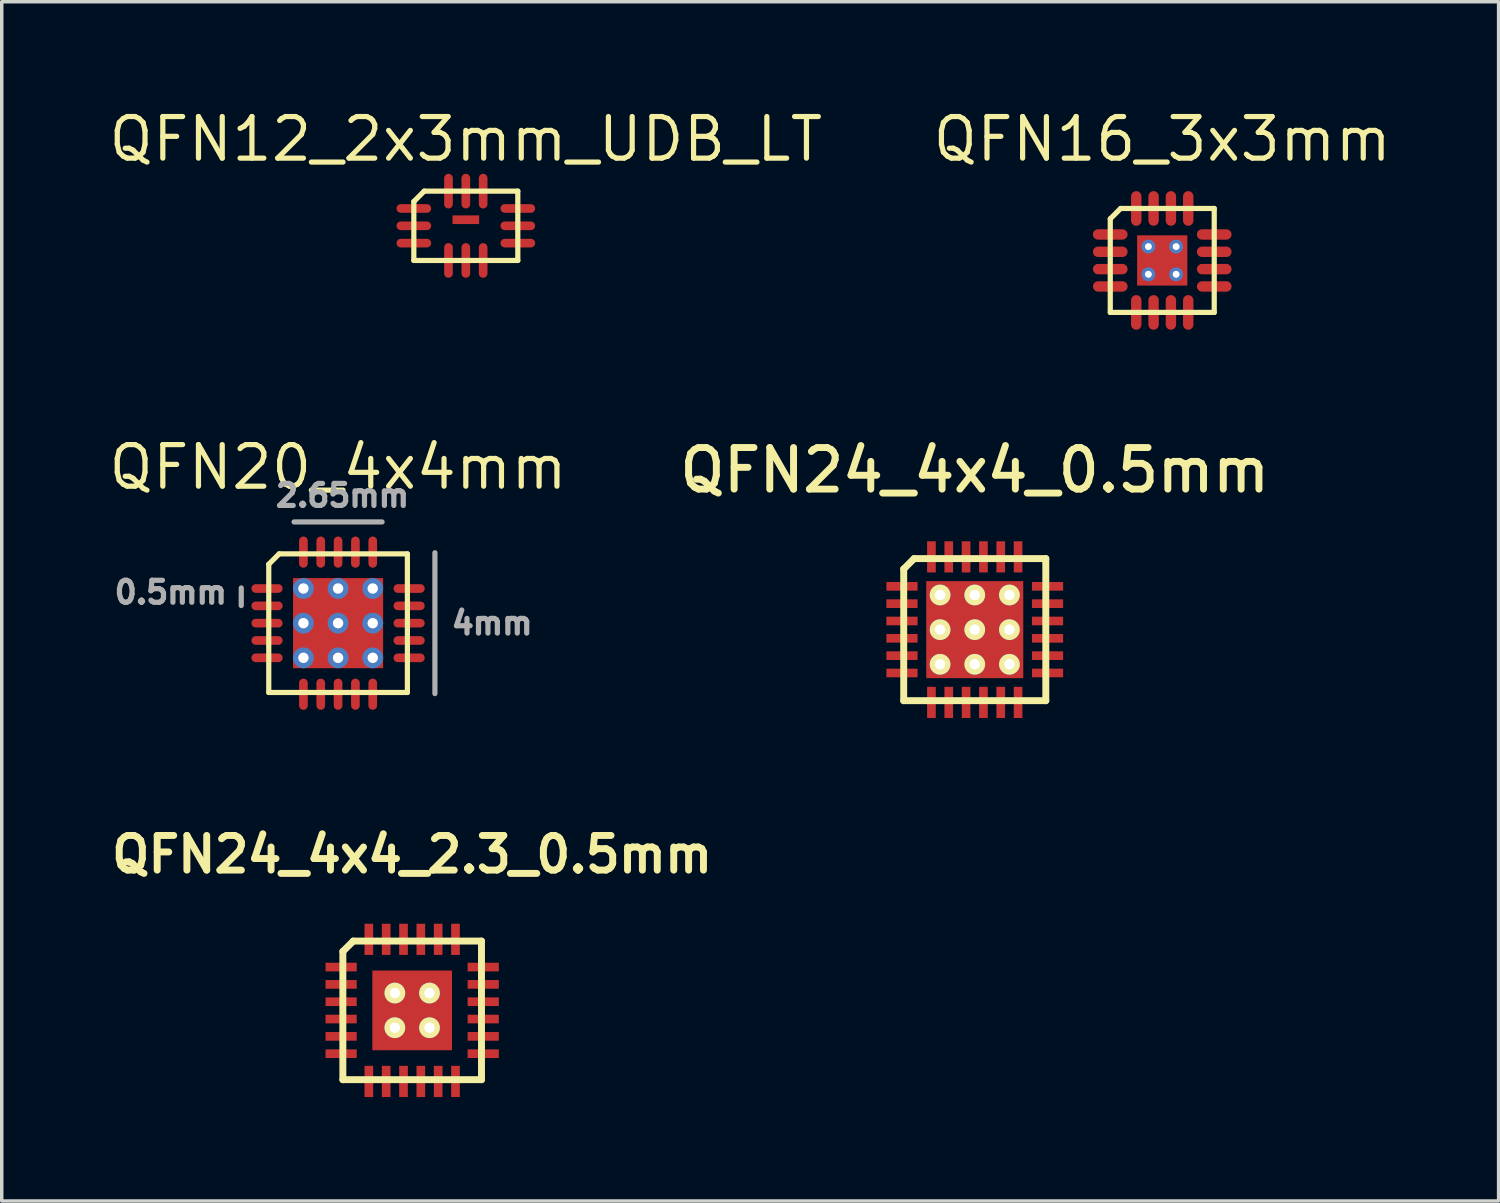
<source format=kicad_pcb>
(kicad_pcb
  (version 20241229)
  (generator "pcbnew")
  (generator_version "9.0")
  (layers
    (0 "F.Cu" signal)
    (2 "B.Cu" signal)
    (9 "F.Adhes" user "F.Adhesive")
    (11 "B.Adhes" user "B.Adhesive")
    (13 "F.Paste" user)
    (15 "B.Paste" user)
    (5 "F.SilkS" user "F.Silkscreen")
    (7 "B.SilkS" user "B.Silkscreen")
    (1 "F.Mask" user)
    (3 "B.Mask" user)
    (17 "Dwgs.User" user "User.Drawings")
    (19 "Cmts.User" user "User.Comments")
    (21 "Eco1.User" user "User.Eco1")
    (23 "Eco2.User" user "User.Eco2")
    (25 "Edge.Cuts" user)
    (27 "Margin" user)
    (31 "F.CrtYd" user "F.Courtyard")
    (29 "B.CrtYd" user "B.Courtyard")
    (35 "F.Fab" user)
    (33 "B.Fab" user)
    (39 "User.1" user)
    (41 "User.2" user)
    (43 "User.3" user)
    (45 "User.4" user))
  (footprint "QFN24_4x4_2.3_0.5mm"
    (layer "F.Cu")
    (at 8.843 26.104)
    (property "Reference" "QFN24_4x4_2.3_0.5mm" (at 0 -4.5 0) (layer "F.SilkS") (effects (font (size 1 1) (thickness 0.2))))
    (attr smd)
    (fp_line (start -2 -1.7) (end -2 2) (stroke (width 0.2) (type solid)) (layer "F.SilkS"))
    (fp_line (start -2 2) (end 2 2) (stroke (width 0.2) (type solid)) (layer "F.SilkS"))
    (fp_line (start -1.7 -2) (end -2 -1.7) (stroke (width 0.2) (type solid)) (layer "F.SilkS"))
    (fp_line (start 2 -2) (end -1.7 -2) (stroke (width 0.2) (type solid)) (layer "F.SilkS"))
    (fp_line (start 2 2) (end 2 -2) (stroke (width 0.2) (type solid)) (layer "F.SilkS"))
    (pad "" smd rect (at -0.879 -0.879) (size 0.542 0.542) (layers "F.Paste"))
    (pad "" smd rect (at -0.879 0) (size 0.542 0.542) (layers "F.Paste"))
    (pad "" smd rect (at -0.879 0.879) (size 0.542 0.542) (layers "F.Paste"))
    (pad "" smd rect (at 0 -0.879) (size 0.542 0.542) (layers "F.Paste"))
    (pad "" smd rect (at 0 0) (size 0.542 0.542) (layers "F.Paste"))
    (pad "" smd rect (at 0 0.879) (size 0.542 0.542) (layers "F.Paste"))
    (pad "" smd rect (at 0.879 -0.879) (size 0.542 0.542) (layers "F.Paste"))
    (pad "" smd rect (at 0.879 0) (size 0.542 0.542) (layers "F.Paste"))
    (pad "" smd rect (at 0.879 0.879) (size 0.542 0.542) (layers "F.Paste"))
    (pad "1" smd rect (at -2.05 -1.25) (size 0.9 0.25) (layers "F.Cu" "F.Mask" "F.Paste"))
    (pad "2" smd rect (at -2.05 -0.75) (size 0.9 0.25) (layers "F.Cu" "F.Mask" "F.Paste"))
    (pad "3" smd rect (at -2.05 -0.25) (size 0.9 0.25) (layers "F.Cu" "F.Mask" "F.Paste"))
    (pad "4" smd rect (at -2.05 0.25) (size 0.9 0.25) (layers "F.Cu" "F.Mask" "F.Paste"))
    (pad "5" smd rect (at -2.05 0.75) (size 0.9 0.25) (layers "F.Cu" "F.Mask" "F.Paste"))
    (pad "6" smd rect (at -2.05 1.25) (size 0.9 0.25) (layers "F.Cu" "F.Mask" "F.Paste"))
    (pad "7" smd rect (at -1.25 2.05) (size 0.25 0.9) (layers "F.Cu" "F.Mask" "F.Paste"))
    (pad "8" smd rect (at -0.75 2.05) (size 0.25 0.9) (layers "F.Cu" "F.Mask" "F.Paste"))
    (pad "9" smd rect (at -0.25 2.05) (size 0.25 0.9) (layers "F.Cu" "F.Mask" "F.Paste"))
    (pad "10" smd rect (at 0.25 2.05) (size 0.25 0.9) (layers "F.Cu" "F.Mask" "F.Paste"))
    (pad "11" smd rect (at 0.75 2.05) (size 0.25 0.9) (layers "F.Cu" "F.Mask" "F.Paste"))
    (pad "12" smd rect (at 1.25 2.05) (size 0.25 0.9) (layers "F.Cu" "F.Mask" "F.Paste"))
    (pad "13" smd rect (at 2.05 1.25) (size 0.9 0.25) (layers "F.Cu" "F.Mask" "F.Paste"))
    (pad "14" smd rect (at 2.05 0.75) (size 0.9 0.25) (layers "F.Cu" "F.Mask" "F.Paste"))
    (pad "15" smd rect (at 2.05 0.25) (size 0.9 0.25) (layers "F.Cu" "F.Mask" "F.Paste"))
    (pad "16" smd rect (at 2.05 -0.25) (size 0.9 0.25) (layers "F.Cu" "F.Mask" "F.Paste"))
    (pad "17" smd rect (at 2.05 -0.75) (size 0.9 0.25) (layers "F.Cu" "F.Mask" "F.Paste"))
    (pad "18" smd rect (at 2.05 -1.25) (size 0.9 0.25) (layers "F.Cu" "F.Mask" "F.Paste"))
    (pad "19" smd rect (at 1.25 -2.05) (size 0.25 0.9) (layers "F.Cu" "F.Mask" "F.Paste"))
    (pad "20" smd rect (at 0.75 -2.05) (size 0.25 0.9) (layers "F.Cu" "F.Mask" "F.Paste"))
    (pad "21" smd rect (at 0.25 -2.05) (size 0.25 0.9) (layers "F.Cu" "F.Mask" "F.Paste"))
    (pad "22" smd rect (at -0.25 -2.05) (size 0.25 0.9) (layers "F.Cu" "F.Mask" "F.Paste"))
    (pad "23" smd rect (at -0.75 -2.05) (size 0.25 0.9) (layers "F.Cu" "F.Mask" "F.Paste"))
    (pad "24" smd rect (at -1.25 -2.05) (size 0.25 0.9) (layers "F.Cu" "F.Mask" "F.Paste"))
    (pad "25" thru_hole circle (at -0.5 -0.5) (size 0.6 0.6) (drill 0.3) (layers "*.Cu" "*.Mask" "F.SilkS"))
    (pad "25" thru_hole circle (at -0.5 0.5) (size 0.6 0.6) (drill 0.3) (layers "*.Cu" "*.Mask" "F.SilkS"))
    (pad "25" smd rect (at 0 0) (size 2.3 2.3) (layers "F.Cu" "F.Mask"))
    (pad "25" thru_hole circle (at 0.5 -0.5) (size 0.6 0.6) (drill 0.3) (layers "*.Cu" "*.Mask" "F.SilkS"))
    (pad "25" thru_hole circle (at 0.5 0.5) (size 0.6 0.6) (drill 0.3) (layers "*.Cu" "*.Mask" "F.SilkS")))
  (footprint "QFN16_3x3mm"
    (layer "F.Cu")
    (at 30.486 4.465)
    (property "Reference" "QFN16_3x3mm" (at 0 -3.5 0) (layer "F.SilkS") (effects (font (size 1.2 1.2) (thickness 0.15))))
    (attr smd)
    (fp_line (start -1.5 -1.2) (end -1.5 1.5) (stroke (width 0.15) (type solid)) (layer "F.SilkS"))
    (fp_line (start -1.5 1.5) (end 1.5 1.5) (stroke (width 0.15) (type solid)) (layer "F.SilkS"))
    (fp_line (start -1.2 -1.5) (end -1.5 -1.2) (stroke (width 0.15) (type solid)) (layer "F.SilkS"))
    (fp_line (start 1.5 -1.5) (end -1.2 -1.5) (stroke (width 0.15) (type solid)) (layer "F.SilkS"))
    (fp_line (start 1.5 1.5) (end 1.5 -1.5) (stroke (width 0.15) (type solid)) (layer "F.SilkS"))
    (pad "" smd rect (at -0.554 -0.554) (size 0.342 0.342) (layers "F.Paste"))
    (pad "" smd rect (at -0.554 0) (size 0.342 0.342) (layers "F.Paste"))
    (pad "" smd rect (at -0.554 0.554) (size 0.342 0.342) (layers "F.Paste"))
    (pad "" smd rect (at 0 -0.554) (size 0.342 0.342) (layers "F.Paste"))
    (pad "" smd rect (at 0 0) (size 0.342 0.342) (layers "F.Paste"))
    (pad "" smd rect (at 0 0.554) (size 0.342 0.342) (layers "F.Paste"))
    (pad "" smd rect (at 0.554 -0.554) (size 0.342 0.342) (layers "F.Paste"))
    (pad "" smd rect (at 0.554 0) (size 0.342 0.342) (layers "F.Paste"))
    (pad "" smd rect (at 0.554 0.554) (size 0.342 0.342) (layers "F.Paste"))
    (pad "1" smd oval (at -1.5 -0.75) (size 1 0.3) (layers "F.Cu" "F.Mask" "F.Paste"))
    (pad "2" smd oval (at -1.5 -0.25) (size 1 0.3) (layers "F.Cu" "F.Mask" "F.Paste"))
    (pad "3" smd oval (at -1.5 0.25) (size 1 0.3) (layers "F.Cu" "F.Mask" "F.Paste"))
    (pad "4" smd oval (at -1.5 0.75) (size 1 0.3) (layers "F.Cu" "F.Mask" "F.Paste"))
    (pad "5" smd oval (at -0.75 1.5) (size 0.3 1) (layers "F.Cu" "F.Mask" "F.Paste"))
    (pad "6" smd oval (at -0.25 1.5) (size 0.3 1) (layers "F.Cu" "F.Mask" "F.Paste"))
    (pad "7" smd oval (at 0.25 1.5) (size 0.3 1) (layers "F.Cu" "F.Mask" "F.Paste"))
    (pad "8" smd oval (at 0.75 1.5) (size 0.3 1) (layers "F.Cu" "F.Mask" "F.Paste"))
    (pad "9" smd oval (at 1.5 0.75) (size 1 0.3) (layers "F.Cu" "F.Mask" "F.Paste"))
    (pad "10" smd oval (at 1.5 0.25) (size 1 0.3) (layers "F.Cu" "F.Mask" "F.Paste"))
    (pad "11" smd oval (at 1.5 -0.25) (size 1 0.3) (layers "F.Cu" "F.Mask" "F.Paste"))
    (pad "12" smd oval (at 1.5 -0.75) (size 1 0.3) (layers "F.Cu" "F.Mask" "F.Paste"))
    (pad "13" smd oval (at 0.75 -1.5) (size 0.3 1) (layers "F.Cu" "F.Mask" "F.Paste"))
    (pad "14" smd oval (at 0.25 -1.5) (size 0.3 1) (layers "F.Cu" "F.Mask" "F.Paste"))
    (pad "15" smd oval (at -0.25 -1.5) (size 0.3 1) (layers "F.Cu" "F.Mask" "F.Paste"))
    (pad "16" smd oval (at -0.75 -1.5) (size 0.3 1) (layers "F.Cu" "F.Mask" "F.Paste"))
    (pad "17" thru_hole circle (at -0.4 -0.4) (size 0.4 0.4) (drill 0.2) (layers "*.Cu" "*.Mask"))
    (pad "17" thru_hole circle (at -0.4 0.4) (size 0.4 0.4) (drill 0.2) (layers "*.Cu" "*.Mask"))
    (pad "17" smd rect (at 0 0) (size 1.45 1.45) (layers "F.Cu" "F.Mask"))
    (pad "17" thru_hole circle (at 0.4 -0.4) (size 0.4 0.4) (drill 0.2) (layers "*.Cu" "*.Mask"))
    (pad "17" thru_hole circle (at 0.4 0.4) (size 0.4 0.4) (drill 0.2) (layers "*.Cu" "*.Mask")))
  (footprint "QFN24_4x4_0.5mm"
    (layer "F.Cu")
    (at 25.076 15.118)
    (property "Reference" "QFN24_4x4_0.5mm" (at 0 -4.6 0) (layer "F.SilkS") (effects (font (size 1.2 1.2) (thickness 0.2))))
    (attr through_hole)
    (fp_line (start -2.05 -1.75) (end -2.05 2.05) (stroke (width 0.2) (type solid)) (layer "F.SilkS"))
    (fp_line (start -2.05 2.05) (end 2.05 2.05) (stroke (width 0.2) (type solid)) (layer "F.SilkS"))
    (fp_line (start -1.75 -2.05) (end -2.05 -1.75) (stroke (width 0.2) (type solid)) (layer "F.SilkS"))
    (fp_line (start 2.05 -2.05) (end -1.75 -2.05) (stroke (width 0.2) (type solid)) (layer "F.SilkS"))
    (fp_line (start 2.05 2.05) (end 2.05 -2.05) (stroke (width 0.2) (type solid)) (layer "F.SilkS"))
    (pad "1" smd rect (at -2.1 -1.25) (size 0.9 0.25) (layers "F.Cu" "F.Mask" "F.Paste"))
    (pad "2" smd rect (at -2.1 -0.75) (size 0.9 0.25) (layers "F.Cu" "F.Mask" "F.Paste"))
    (pad "3" smd rect (at -2.1 -0.25) (size 0.9 0.25) (layers "F.Cu" "F.Mask" "F.Paste"))
    (pad "4" smd rect (at -2.1 0.25) (size 0.9 0.25) (layers "F.Cu" "F.Mask" "F.Paste"))
    (pad "5" smd rect (at -2.1 0.75) (size 0.9 0.25) (layers "F.Cu" "F.Mask" "F.Paste"))
    (pad "6" smd rect (at -2.1 1.25) (size 0.9 0.25) (layers "F.Cu" "F.Mask" "F.Paste"))
    (pad "7" smd rect (at -1.25 2.1) (size 0.25 0.9) (layers "F.Cu" "F.Mask" "F.Paste"))
    (pad "8" smd rect (at -0.75 2.1) (size 0.25 0.9) (layers "F.Cu" "F.Mask" "F.Paste"))
    (pad "9" smd rect (at -0.25 2.1) (size 0.25 0.9) (layers "F.Cu" "F.Mask" "F.Paste"))
    (pad "10" smd rect (at 0.25 2.1) (size 0.25 0.9) (layers "F.Cu" "F.Mask" "F.Paste"))
    (pad "11" smd rect (at 0.75 2.1) (size 0.25 0.9) (layers "F.Cu" "F.Mask" "F.Paste"))
    (pad "12" smd rect (at 1.25 2.1) (size 0.25 0.9) (layers "F.Cu" "F.Mask" "F.Paste"))
    (pad "13" smd rect (at 2.1 1.25) (size 0.9 0.25) (layers "F.Cu" "F.Mask" "F.Paste"))
    (pad "14" smd rect (at 2.1 0.75) (size 0.9 0.25) (layers "F.Cu" "F.Mask" "F.Paste"))
    (pad "15" smd rect (at 2.1 0.25) (size 0.9 0.25) (layers "F.Cu" "F.Mask" "F.Paste"))
    (pad "16" smd rect (at 2.1 -0.25) (size 0.9 0.25) (layers "F.Cu" "F.Mask" "F.Paste"))
    (pad "17" smd rect (at 2.1 -0.75) (size 0.9 0.25) (layers "F.Cu" "F.Mask" "F.Paste"))
    (pad "18" smd rect (at 2.1 -1.25) (size 0.9 0.25) (layers "F.Cu" "F.Mask" "F.Paste"))
    (pad "19" smd rect (at 1.25 -2.1) (size 0.25 0.9) (layers "F.Cu" "F.Mask" "F.Paste"))
    (pad "20" smd rect (at 0.75 -2.1) (size 0.25 0.9) (layers "F.Cu" "F.Mask" "F.Paste"))
    (pad "21" smd rect (at 0.25 -2.1) (size 0.25 0.9) (layers "F.Cu" "F.Mask" "F.Paste"))
    (pad "22" smd rect (at -0.25 -2.1) (size 0.25 0.9) (layers "F.Cu" "F.Mask" "F.Paste"))
    (pad "23" smd rect (at -0.75 -2.1) (size 0.25 0.9) (layers "F.Cu" "F.Mask" "F.Paste"))
    (pad "24" smd rect (at -1.25 -2.1) (size 0.25 0.9) (layers "F.Cu" "F.Mask" "F.Paste"))
    (pad "25" thru_hole circle (at -1 -1) (size 0.6 0.6) (drill 0.3) (layers "*.Cu" "*.Mask" "F.SilkS"))
    (pad "25" thru_hole circle (at -1 0) (size 0.6 0.6) (drill 0.3) (layers "*.Cu" "*.Mask" "F.SilkS"))
    (pad "25" thru_hole circle (at -1 1) (size 0.6 0.6) (drill 0.3) (layers "*.Cu" "*.Mask" "F.SilkS"))
    (pad "25" thru_hole circle (at 0 -1) (size 0.6 0.6) (drill 0.3) (layers "*.Cu" "*.Mask" "F.SilkS"))
    (pad "25" thru_hole circle (at 0 0) (size 0.6 0.6) (drill 0.3) (layers "*.Cu" "*.Mask" "F.SilkS"))
    (pad "25" smd rect (at 0 0) (size 2.8 2.8) (layers "F.Cu" "F.Mask"))
    (pad "25" thru_hole circle (at 0 1) (size 0.6 0.6) (drill 0.3) (layers "*.Cu" "*.Mask" "F.SilkS"))
    (pad "25" thru_hole circle (at 1 -1) (size 0.6 0.6) (drill 0.3) (layers "*.Cu" "*.Mask" "F.SilkS"))
    (pad "25" thru_hole circle (at 1 0) (size 0.6 0.6) (drill 0.3) (layers "*.Cu" "*.Mask" "F.SilkS"))
    (pad "25" thru_hole circle (at 1 1) (size 0.6 0.6) (drill 0.3) (layers "*.Cu" "*.Mask" "F.SilkS")))
  (footprint "QFN20_4x4mm"
    (layer "F.Cu")
    (at 6.705 14.931)
    (property "Reference" "QFN20_4x4mm" (at 0 -4.5 0) (layer "F.SilkS") (effects (font (size 1.2 1.2) (thickness 0.15))))
    (attr smd)
    (fp_line (start -2 -1.7) (end -2 2) (stroke (width 0.15) (type solid)) (layer "F.SilkS"))
    (fp_line (start -2 2) (end 2 2) (stroke (width 0.15) (type solid)) (layer "F.SilkS"))
    (fp_line (start -1.7 -2) (end -2 -1.7) (stroke (width 0.15) (type solid)) (layer "F.SilkS"))
    (fp_line (start 2 -2) (end -1.7 -2) (stroke (width 0.15) (type solid)) (layer "F.SilkS"))
    (fp_line (start 2 2) (end 2 -2) (stroke (width 0.15) (type solid)) (layer "F.SilkS"))
    (fp_line (start -2.794 -1.016) (end -2.794 -0.508) (stroke (width 0.15) (type solid)) (layer "F.Fab"))
    (fp_line (start -1.27 -2.921) (end 1.27 -2.921) (stroke (width 0.15) (type solid)) (layer "F.Fab"))
    (fp_line (start 2.794 -2.032) (end 2.794 2.032) (stroke (width 0.15) (type solid)) (layer "F.Fab"))
    (fp_text user "0.5mm" (at -4.826 -0.889 0) (layer "F.Fab") (effects (font (size 0.635 0.635) (thickness 0.15))))
    (fp_text user "4mm" (at 4.445 0 0) (layer "F.Fab") (effects (font (size 0.635 0.635) (thickness 0.15))))
    (fp_text user "2.65mm" (at 0.127 -3.683 0) (layer "F.Fab") (effects (font (size 0.635 0.635) (thickness 0.15))))
    (pad "" smd rect (at -1.07 -1.07) (size 0.46 0.46) (layers "F.Paste"))
    (pad "" smd rect (at -1.07 -0.357) (size 0.46 0.46) (layers "F.Paste"))
    (pad "" smd rect (at -1.07 0.357) (size 0.46 0.46) (layers "F.Paste"))
    (pad "" smd rect (at -1.07 1.07) (size 0.46 0.46) (layers "F.Paste"))
    (pad "" smd rect (at -0.357 -1.07) (size 0.46 0.46) (layers "F.Paste"))
    (pad "" smd rect (at -0.357 -0.357) (size 0.46 0.46) (layers "F.Paste"))
    (pad "" smd rect (at -0.357 0.357) (size 0.46 0.46) (layers "F.Paste"))
    (pad "" smd rect (at -0.357 1.07) (size 0.46 0.46) (layers "F.Paste"))
    (pad "" smd rect (at 0.357 -1.07) (size 0.46 0.46) (layers "F.Paste"))
    (pad "" smd rect (at 0.357 -0.357) (size 0.46 0.46) (layers "F.Paste"))
    (pad "" smd rect (at 0.357 0.357) (size 0.46 0.46) (layers "F.Paste"))
    (pad "" smd rect (at 0.357 1.07) (size 0.46 0.46) (layers "F.Paste"))
    (pad "" smd rect (at 1.07 -1.07) (size 0.46 0.46) (layers "F.Paste"))
    (pad "" smd rect (at 1.07 -0.357) (size 0.46 0.46) (layers "F.Paste"))
    (pad "" smd rect (at 1.07 0.357) (size 0.46 0.46) (layers "F.Paste"))
    (pad "" smd rect (at 1.07 1.07) (size 0.46 0.46) (layers "F.Paste"))
    (pad "1" smd oval (at -2.05 -1) (size 0.9 0.25) (layers "F.Cu" "F.Mask" "F.Paste"))
    (pad "2" smd oval (at -2.05 -0.5) (size 0.9 0.25) (layers "F.Cu" "F.Mask" "F.Paste"))
    (pad "3" smd oval (at -2.05 0) (size 0.9 0.25) (layers "F.Cu" "F.Mask" "F.Paste"))
    (pad "4" smd oval (at -2.05 0.5) (size 0.9 0.25) (layers "F.Cu" "F.Mask" "F.Paste"))
    (pad "5" smd oval (at -2.05 1) (size 0.9 0.25) (layers "F.Cu" "F.Mask" "F.Paste"))
    (pad "6" smd oval (at -1 2.05) (size 0.25 0.9) (layers "F.Cu" "F.Mask" "F.Paste"))
    (pad "7" smd oval (at -0.5 2.05) (size 0.25 0.9) (layers "F.Cu" "F.Mask" "F.Paste"))
    (pad "8" smd oval (at 0 2.05) (size 0.25 0.9) (layers "F.Cu" "F.Mask" "F.Paste"))
    (pad "9" smd oval (at 0.5 2.05) (size 0.25 0.9) (layers "F.Cu" "F.Mask" "F.Paste"))
    (pad "10" smd oval (at 1 2.05) (size 0.25 0.9) (layers "F.Cu" "F.Mask" "F.Paste"))
    (pad "11" smd oval (at 2.05 1) (size 0.9 0.25) (layers "F.Cu" "F.Mask" "F.Paste"))
    (pad "12" smd oval (at 2.05 0.5) (size 0.9 0.25) (layers "F.Cu" "F.Mask" "F.Paste"))
    (pad "13" smd oval (at 2.05 0) (size 0.9 0.25) (layers "F.Cu" "F.Mask" "F.Paste"))
    (pad "14" smd oval (at 2.05 -0.5) (size 0.9 0.25) (layers "F.Cu" "F.Mask" "F.Paste"))
    (pad "15" smd oval (at 2.05 -1) (size 0.9 0.25) (layers "F.Cu" "F.Mask" "F.Paste"))
    (pad "16" smd oval (at 1 -2.05) (size 0.25 0.9) (layers "F.Cu" "F.Mask" "F.Paste"))
    (pad "17" smd oval (at 0.5 -2.05) (size 0.25 0.9) (layers "F.Cu" "F.Mask" "F.Paste"))
    (pad "18" smd oval (at 0 -2.05) (size 0.25 0.9) (layers "F.Cu" "F.Mask" "F.Paste"))
    (pad "19" smd oval (at -0.5 -2.05) (size 0.25 0.9) (layers "F.Cu" "F.Mask" "F.Paste"))
    (pad "20" smd oval (at -1 -2.05) (size 0.25 0.9) (layers "F.Cu" "F.Mask" "F.Paste"))
    (pad "21" thru_hole circle (at -1 -1) (size 0.6 0.6) (drill 0.3) (layers "*.Cu" "*.Mask"))
    (pad "21" thru_hole circle (at -1 0) (size 0.6 0.6) (drill 0.3) (layers "*.Cu" "*.Mask"))
    (pad "21" thru_hole circle (at -1 1) (size 0.6 0.6) (drill 0.3) (layers "*.Cu" "*.Mask"))
    (pad "21" thru_hole circle (at 0 -1) (size 0.6 0.6) (drill 0.3) (layers "*.Cu" "*.Mask"))
    (pad "21" thru_hole circle (at 0 0) (size 0.6 0.6) (drill 0.3) (layers "*.Cu" "*.Mask"))
    (pad "21" smd rect (at 0 0) (size 2.6 2.6) (layers "F.Cu" "F.Mask"))
    (pad "21" thru_hole circle (at 0 1) (size 0.6 0.6) (drill 0.3) (layers "*.Cu" "*.Mask"))
    (pad "21" thru_hole circle (at 1 -1) (size 0.6 0.6) (drill 0.3) (layers "*.Cu" "*.Mask"))
    (pad "21" thru_hole circle (at 1 0) (size 0.6 0.6) (drill 0.3) (layers "*.Cu" "*.Mask"))
    (pad "21" thru_hole circle (at 1 1) (size 0.6 0.6) (drill 0.3) (layers "*.Cu" "*.Mask")))
  (footprint "QFN12_2x3mm_UDB_LT"
    (layer "F.Cu")
    (at 10.391 3.465)
    (property "Reference" "QFN12_2x3mm_UDB_LT" (at 0 -2.5 0) (layer "F.SilkS") (effects (font (size 1.2 1.2) (thickness 0.15))))
    (attr smd)
    (fp_line (start -1.5 -0.7) (end -1.5 1) (stroke (width 0.15) (type solid)) (layer "F.SilkS"))
    (fp_line (start -1.5 1) (end 1.5 1) (stroke (width 0.15) (type solid)) (layer "F.SilkS"))
    (fp_line (start -1.2 -1) (end -1.5 -0.7) (stroke (width 0.15) (type solid)) (layer "F.SilkS"))
    (fp_line (start 1.5 -1) (end -1.2 -1) (stroke (width 0.15) (type solid)) (layer "F.SilkS"))
    (fp_line (start 1.5 1) (end 1.5 -1) (stroke (width 0.15) (type solid)) (layer "F.SilkS"))
    (pad "1" smd oval (at -1.5 -0.5) (size 1 0.25) (layers "F.Cu" "F.Mask" "F.Paste"))
    (pad "2" smd oval (at -1.5 0) (size 1 0.25) (layers "F.Cu" "F.Mask" "F.Paste"))
    (pad "3" smd oval (at -1.5 0.5) (size 1 0.25) (layers "F.Cu" "F.Mask" "F.Paste"))
    (pad "4" smd oval (at -0.5 1) (size 0.25 1) (layers "F.Cu" "F.Mask" "F.Paste"))
    (pad "5" smd oval (at 0 1) (size 0.25 1) (layers "F.Cu" "F.Mask" "F.Paste"))
    (pad "6" smd oval (at 0.5 1) (size 0.25 1) (layers "F.Cu" "F.Mask" "F.Paste"))
    (pad "7" smd oval (at 1.5 0.5) (size 1 0.25) (layers "F.Cu" "F.Mask" "F.Paste"))
    (pad "8" smd oval (at 1.5 0) (size 1 0.25) (layers "F.Cu" "F.Mask" "F.Paste"))
    (pad "9" smd oval (at 1.5 -0.5) (size 1 0.25) (layers "F.Cu" "F.Mask" "F.Paste"))
    (pad "10" smd oval (at 0.5 -1) (size 0.25 1) (layers "F.Cu" "F.Mask" "F.Paste"))
    (pad "11" smd oval (at 0 -1) (size 0.25 1) (layers "F.Cu" "F.Mask" "F.Paste"))
    (pad "12" smd oval (at -0.5 -1) (size 0.25 1) (layers "F.Cu" "F.Mask" "F.Paste"))
    (pad "13" smd rect (at 0 -0.175) (size 0.77 0.25) (layers "F.Cu" "F.Mask")))
  (gr_rect
    (start -3 -3)
    (end 40.191 31.604)
    (stroke (width 0.1) (type default))
    (fill no)
    (layer "Edge.Cuts")))
</source>
